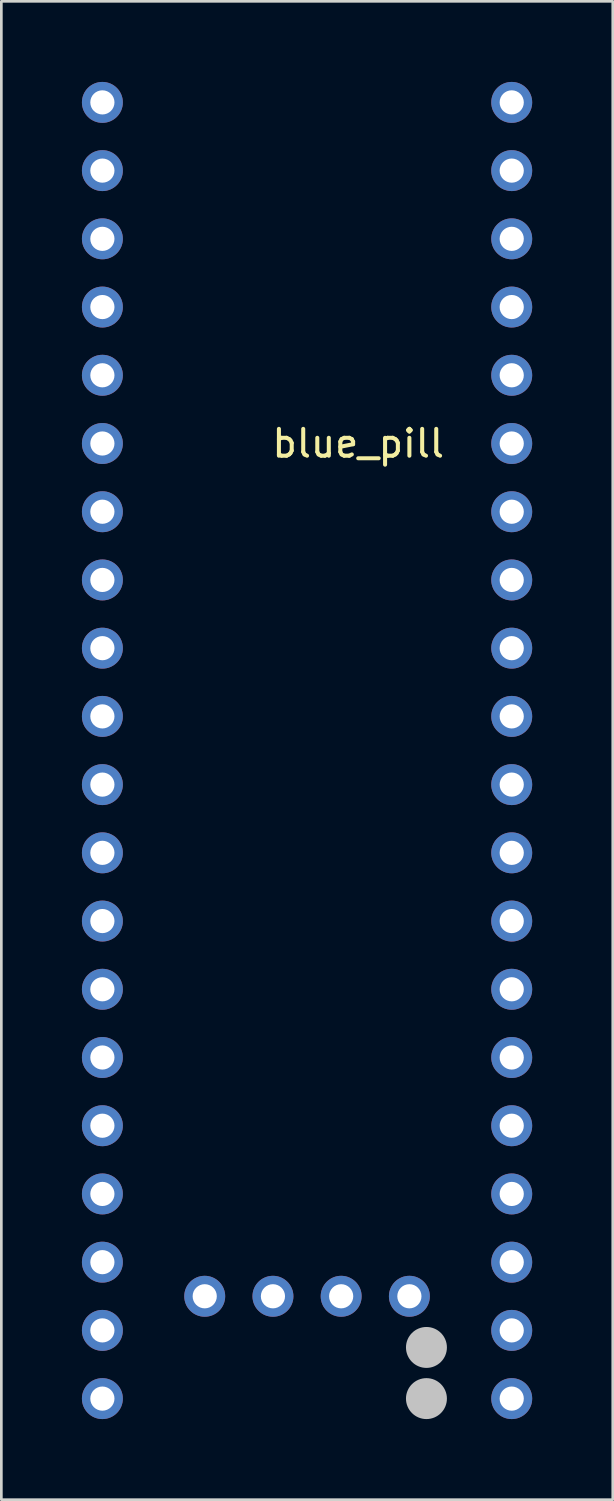
<source format=kicad_pcb>
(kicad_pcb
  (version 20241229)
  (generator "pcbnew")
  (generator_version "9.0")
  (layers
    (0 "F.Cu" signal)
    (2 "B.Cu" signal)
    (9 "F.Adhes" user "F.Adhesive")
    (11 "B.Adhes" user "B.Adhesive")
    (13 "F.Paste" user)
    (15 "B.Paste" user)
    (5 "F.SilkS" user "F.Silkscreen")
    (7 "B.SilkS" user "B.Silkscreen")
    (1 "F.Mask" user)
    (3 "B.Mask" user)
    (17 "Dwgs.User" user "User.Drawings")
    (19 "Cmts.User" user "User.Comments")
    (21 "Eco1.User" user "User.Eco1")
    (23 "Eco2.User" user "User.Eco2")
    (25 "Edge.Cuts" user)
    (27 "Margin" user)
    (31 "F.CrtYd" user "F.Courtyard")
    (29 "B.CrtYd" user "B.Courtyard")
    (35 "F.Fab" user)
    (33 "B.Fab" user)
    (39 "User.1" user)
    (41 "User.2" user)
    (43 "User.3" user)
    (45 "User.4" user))
  (footprint "blue_pill"
    (layer "F.Cu")
    (at 10.287 21.717)
    (property "Reference" "blue_pill" (at 0 -8.255 0) (layer "F.SilkS") (effects (font (size 1 1) (thickness 0.15))))
    (attr through_hole)
    (pad "" smd circle (at 2.54 25.4) (size 1.524 1.524) (layers "Dwgs.User"))
    (pad "" smd circle (at 2.54 27.305) (size 1.524 1.524) (layers "Dwgs.User"))
    (pad "3V3" thru_hole circle (at -9.525 27.305) (size 1.524 1.524) (drill 0.9) (layers "*.Cu" "*.Mask"))
    (pad "3V3" thru_hole circle (at -5.715 23.495) (size 1.524 1.524) (drill 0.9) (layers "*.Cu" "*.Mask"))
    (pad "3V3" thru_hole circle (at 5.715 -15.875) (size 1.524 1.524) (drill 0.9) (layers "*.Cu" "*.Mask"))
    (pad "5V" thru_hole circle (at -9.525 22.225) (size 1.524 1.524) (drill 0.9) (layers "*.Cu" "*.Mask"))
    (pad "G" thru_hole circle (at -9.525 24.765) (size 1.524 1.524) (drill 0.9) (layers "*.Cu" "*.Mask"))
    (pad "G" thru_hole circle (at 1.905 23.495) (size 1.524 1.524) (drill 0.9) (layers "*.Cu" "*.Mask"))
    (pad "G" thru_hole circle (at 5.715 -20.955) (size 1.524 1.524) (drill 0.9) (layers "*.Cu" "*.Mask"))
    (pad "G" thru_hole circle (at 5.715 -18.415) (size 1.524 1.524) (drill 0.9) (layers "*.Cu" "*.Mask"))
    (pad "NRST" thru_hole circle (at 5.715 -13.335) (size 1.524 1.524) (drill 0.9) (layers "*.Cu" "*.Mask"))
    (pad "PA0" thru_hole circle (at 5.715 17.145) (size 1.524 1.524) (drill 0.9) (layers "*.Cu" "*.Mask"))
    (pad "PA1" thru_hole circle (at 5.715 14.605) (size 1.524 1.524) (drill 0.9) (layers "*.Cu" "*.Mask"))
    (pad "PA2" thru_hole circle (at 5.715 12.065) (size 1.524 1.524) (drill 0.9) (layers "*.Cu" "*.Mask"))
    (pad "PA3" thru_hole circle (at 5.715 9.525) (size 1.524 1.524) (drill 0.9) (layers "*.Cu" "*.Mask"))
    (pad "PA4" thru_hole circle (at 5.715 6.985) (size 1.524 1.524) (drill 0.9) (layers "*.Cu" "*.Mask"))
    (pad "PA5" thru_hole circle (at 5.715 4.445) (size 1.524 1.524) (drill 0.9) (layers "*.Cu" "*.Mask"))
    (pad "PA6" thru_hole circle (at 5.715 1.905) (size 1.524 1.524) (drill 0.9) (layers "*.Cu" "*.Mask"))
    (pad "PA7" thru_hole circle (at 5.715 -0.635) (size 1.524 1.524) (drill 0.9) (layers "*.Cu" "*.Mask"))
    (pad "PA8" thru_hole circle (at -9.525 -10.795) (size 1.524 1.524) (drill 0.9) (layers "*.Cu" "*.Mask"))
    (pad "PA9" thru_hole circle (at -9.525 -8.255) (size 1.524 1.524) (drill 0.9) (layers "*.Cu" "*.Mask"))
    (pad "PA10" thru_hole circle (at -9.525 -5.715) (size 1.524 1.524) (drill 0.9) (layers "*.Cu" "*.Mask"))
    (pad "PA11" thru_hole circle (at -9.525 -3.175) (size 1.524 1.524) (drill 0.9) (layers "*.Cu" "*.Mask"))
    (pad "PA12" thru_hole circle (at -9.525 -0.635) (size 1.524 1.524) (drill 0.9) (layers "*.Cu" "*.Mask"))
    (pad "PA15" thru_hole circle (at -9.525 1.905) (size 1.524 1.524) (drill 0.9) (layers "*.Cu" "*.Mask"))
    (pad "PB0" thru_hole circle (at 5.715 -3.175) (size 1.524 1.524) (drill 0.9) (layers "*.Cu" "*.Mask"))
    (pad "PB1" thru_hole circle (at 5.715 -5.715) (size 1.524 1.524) (drill 0.9) (layers "*.Cu" "*.Mask"))
    (pad "PB3" thru_hole circle (at -9.525 4.445) (size 1.524 1.524) (drill 0.9) (layers "*.Cu" "*.Mask"))
    (pad "PB4" thru_hole circle (at -9.525 6.985) (size 1.524 1.524) (drill 0.9) (layers "*.Cu" "*.Mask"))
    (pad "PB5" thru_hole circle (at -9.525 9.525) (size 1.524 1.524) (drill 0.9) (layers "*.Cu" "*.Mask"))
    (pad "PB6" thru_hole circle (at -9.525 12.065) (size 1.524 1.524) (drill 0.9) (layers "*.Cu" "*.Mask"))
    (pad "PB7" thru_hole circle (at -9.525 14.605) (size 1.524 1.524) (drill 0.9) (layers "*.Cu" "*.Mask"))
    (pad "PB8" thru_hole circle (at -9.525 17.145) (size 1.524 1.524) (drill 0.9) (layers "*.Cu" "*.Mask"))
    (pad "PB9" thru_hole circle (at -9.525 19.685) (size 1.524 1.524) (drill 0.9) (layers "*.Cu" "*.Mask"))
    (pad "PB10" thru_hole circle (at 5.715 -8.255) (size 1.524 1.524) (drill 0.9) (layers "*.Cu" "*.Mask"))
    (pad "PB11" thru_hole circle (at 5.715 -10.795) (size 1.524 1.524) (drill 0.9) (layers "*.Cu" "*.Mask"))
    (pad "PB12" thru_hole circle (at -9.525 -20.955) (size 1.524 1.524) (drill 0.9) (layers "*.Cu" "*.Mask"))
    (pad "PB13" thru_hole circle (at -9.525 -18.415) (size 1.524 1.524) (drill 0.9) (layers "*.Cu" "*.Mask"))
    (pad "PB14" thru_hole circle (at -9.525 -15.875) (size 1.524 1.524) (drill 0.9) (layers "*.Cu" "*.Mask"))
    (pad "PB15" thru_hole circle (at -9.525 -13.335) (size 1.524 1.524) (drill 0.9) (layers "*.Cu" "*.Mask"))
    (pad "PC13" thru_hole circle (at 5.715 24.765) (size 1.524 1.524) (drill 0.9) (layers "*.Cu" "*.Mask"))
    (pad "PC14" thru_hole circle (at 5.715 22.225) (size 1.524 1.524) (drill 0.9) (layers "*.Cu" "*.Mask"))
    (pad "PC15" thru_hole circle (at 5.715 19.685) (size 1.524 1.524) (drill 0.9) (layers "*.Cu" "*.Mask"))
    (pad "SWCLK" thru_hole circle (at -0.635 23.495) (size 1.524 1.524) (drill 0.9) (layers "*.Cu" "*.Mask"))
    (pad "SWO" thru_hole circle (at -3.175 23.495) (size 1.524 1.524) (drill 0.9) (layers "*.Cu" "*.Mask"))
    (pad "VBAT" thru_hole circle (at 5.715 27.305) (size 1.524 1.524) (drill 0.9) (layers "*.Cu" "*.Mask")))
  (gr_rect
    (start -3 -3)
    (end 19.764 52.784)
    (stroke (width 0.1) (type default))
    (fill no)
    (layer "Edge.Cuts")))
</source>
